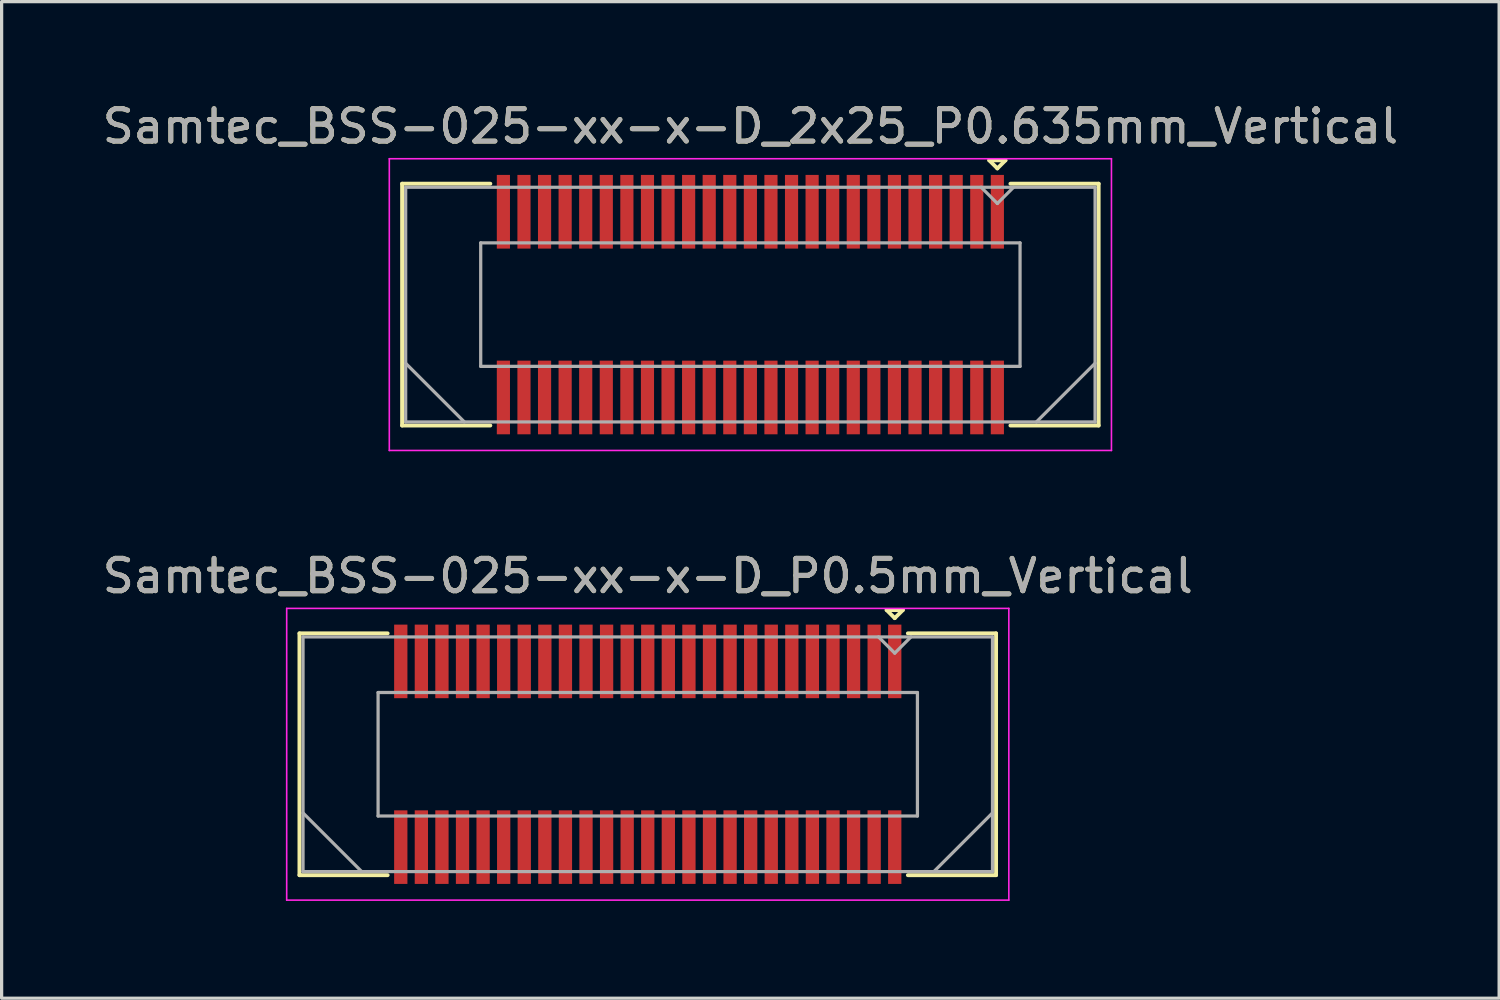
<source format=kicad_pcb>
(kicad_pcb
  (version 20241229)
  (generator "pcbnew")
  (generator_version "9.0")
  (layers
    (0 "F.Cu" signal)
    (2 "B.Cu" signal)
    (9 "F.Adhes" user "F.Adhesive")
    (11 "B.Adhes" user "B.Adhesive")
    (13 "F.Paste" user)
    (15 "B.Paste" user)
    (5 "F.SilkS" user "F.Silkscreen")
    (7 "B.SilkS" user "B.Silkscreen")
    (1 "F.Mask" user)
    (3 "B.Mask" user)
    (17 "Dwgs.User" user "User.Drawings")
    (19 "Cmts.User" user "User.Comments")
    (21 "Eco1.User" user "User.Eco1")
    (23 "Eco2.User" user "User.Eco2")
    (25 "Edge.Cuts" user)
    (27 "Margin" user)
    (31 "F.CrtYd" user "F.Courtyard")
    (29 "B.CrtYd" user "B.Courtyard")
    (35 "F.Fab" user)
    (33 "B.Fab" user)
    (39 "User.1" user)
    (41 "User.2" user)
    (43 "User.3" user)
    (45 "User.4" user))
  (footprint "Samtec_BSS-025-xx-x-D_P0.5mm_Vertical"
    (layer "F.Cu")
    (at 16.935 20.221)
    (property "Reference" "Samtec_BSS-025-xx-x-D_P0.5mm_Vertical" (at 0 -5.5 0) (layer "F.SilkS") (effects (font (size 1 1) (thickness 0.15))))
    (attr smd)
    (fp_line (start -10.746 -3.73) (end -8.025 -3.73) (stroke (width 0.12) (type solid)) (layer "F.SilkS"))
    (fp_line (start -10.746 3.73) (end -10.746 -3.73) (stroke (width 0.12) (type solid)) (layer "F.SilkS"))
    (fp_line (start -8.025 3.73) (end -10.746 3.73) (stroke (width 0.12) (type solid)) (layer "F.SilkS"))
    (fp_line (start 7.37 -4.45) (end 7.87 -4.45) (stroke (width 0.12) (type solid)) (layer "F.SilkS"))
    (fp_line (start 7.62 -4.2) (end 7.37 -4.45) (stroke (width 0.12) (type solid)) (layer "F.SilkS"))
    (fp_line (start 7.87 -4.45) (end 7.62 -4.2) (stroke (width 0.12) (type solid)) (layer "F.SilkS"))
    (fp_line (start 8.025 3.73) (end 10.746 3.73) (stroke (width 0.12) (type solid)) (layer "F.SilkS"))
    (fp_line (start 10.746 -3.73) (end 8.025 -3.73) (stroke (width 0.12) (type solid)) (layer "F.SilkS"))
    (fp_line (start 10.746 3.73) (end 10.746 -3.73) (stroke (width 0.12) (type solid)) (layer "F.SilkS"))
    (fp_line (start -11.14 -4.5) (end -11.14 4.5) (stroke (width 0.05) (type solid)) (layer "F.CrtYd"))
    (fp_line (start -11.14 4.5) (end 11.14 4.5) (stroke (width 0.05) (type solid)) (layer "F.CrtYd"))
    (fp_line (start 11.14 -4.5) (end -11.14 -4.5) (stroke (width 0.05) (type solid)) (layer "F.CrtYd"))
    (fp_line (start 11.14 4.5) (end 11.14 -4.5) (stroke (width 0.05) (type solid)) (layer "F.CrtYd"))
    (fp_line (start -10.636 -3.62) (end -10.636 3.62) (stroke (width 0.1) (type solid)) (layer "F.Fab"))
    (fp_line (start -10.636 1.81) (end -8.826 3.62) (stroke (width 0.1) (type solid)) (layer "F.Fab"))
    (fp_line (start -10.636 3.62) (end 10.636 3.62) (stroke (width 0.1) (type solid)) (layer "F.Fab"))
    (fp_line (start -8.32 -1.905) (end -8.32 1.905) (stroke (width 0.1) (type solid)) (layer "F.Fab"))
    (fp_line (start -8.32 1.905) (end 8.32 1.905) (stroke (width 0.1) (type solid)) (layer "F.Fab"))
    (fp_line (start 7.62 -3.12) (end 7.12 -3.62) (stroke (width 0.1) (type solid)) (layer "F.Fab"))
    (fp_line (start 8.12 -3.62) (end 7.62 -3.12) (stroke (width 0.1) (type solid)) (layer "F.Fab"))
    (fp_line (start 8.32 -1.905) (end -8.32 -1.905) (stroke (width 0.1) (type solid)) (layer "F.Fab"))
    (fp_line (start 8.32 1.905) (end 8.32 -1.905) (stroke (width 0.1) (type solid)) (layer "F.Fab"))
    (fp_line (start 10.636 -3.62) (end -10.636 -3.62) (stroke (width 0.1) (type solid)) (layer "F.Fab"))
    (fp_line (start 10.636 1.81) (end 8.826 3.62) (stroke (width 0.1) (type solid)) (layer "F.Fab"))
    (fp_line (start 10.636 3.62) (end 10.636 -3.62) (stroke (width 0.1) (type solid)) (layer "F.Fab"))
    (fp_text user "${REFERENCE}" (at 0 -5.5 0) (layer "F.Fab") (effects (font (size 1 1) (thickness 0.15))))
    (pad "1" smd rect (at 7.62 -2.865) (size 0.41 2.27) (layers "F.Cu" "F.Mask" "F.Paste"))
    (pad "2" smd rect (at 7.62 2.865) (size 0.41 2.27) (layers "F.Cu" "F.Mask" "F.Paste"))
    (pad "3" smd rect (at 6.985 -2.865) (size 0.41 2.27) (layers "F.Cu" "F.Mask" "F.Paste"))
    (pad "4" smd rect (at 6.985 2.865) (size 0.41 2.27) (layers "F.Cu" "F.Mask" "F.Paste"))
    (pad "5" smd rect (at 6.35 -2.865) (size 0.41 2.27) (layers "F.Cu" "F.Mask" "F.Paste"))
    (pad "6" smd rect (at 6.35 2.865) (size 0.41 2.27) (layers "F.Cu" "F.Mask" "F.Paste"))
    (pad "7" smd rect (at 5.715 -2.865) (size 0.41 2.27) (layers "F.Cu" "F.Mask" "F.Paste"))
    (pad "8" smd rect (at 5.715 2.865) (size 0.41 2.27) (layers "F.Cu" "F.Mask" "F.Paste"))
    (pad "9" smd rect (at 5.08 -2.865) (size 0.41 2.27) (layers "F.Cu" "F.Mask" "F.Paste"))
    (pad "10" smd rect (at 5.08 2.865) (size 0.41 2.27) (layers "F.Cu" "F.Mask" "F.Paste"))
    (pad "11" smd rect (at 4.445 -2.865) (size 0.41 2.27) (layers "F.Cu" "F.Mask" "F.Paste"))
    (pad "12" smd rect (at 4.445 2.865) (size 0.41 2.27) (layers "F.Cu" "F.Mask" "F.Paste"))
    (pad "13" smd rect (at 3.81 -2.865) (size 0.41 2.27) (layers "F.Cu" "F.Mask" "F.Paste"))
    (pad "14" smd rect (at 3.81 2.865) (size 0.41 2.27) (layers "F.Cu" "F.Mask" "F.Paste"))
    (pad "15" smd rect (at 3.175 -2.865) (size 0.41 2.27) (layers "F.Cu" "F.Mask" "F.Paste"))
    (pad "16" smd rect (at 3.175 2.865) (size 0.41 2.27) (layers "F.Cu" "F.Mask" "F.Paste"))
    (pad "17" smd rect (at 2.54 -2.865) (size 0.41 2.27) (layers "F.Cu" "F.Mask" "F.Paste"))
    (pad "18" smd rect (at 2.54 2.865) (size 0.41 2.27) (layers "F.Cu" "F.Mask" "F.Paste"))
    (pad "19" smd rect (at 1.905 -2.865) (size 0.41 2.27) (layers "F.Cu" "F.Mask" "F.Paste"))
    (pad "20" smd rect (at 1.905 2.865) (size 0.41 2.27) (layers "F.Cu" "F.Mask" "F.Paste"))
    (pad "21" smd rect (at 1.27 -2.865) (size 0.41 2.27) (layers "F.Cu" "F.Mask" "F.Paste"))
    (pad "22" smd rect (at 1.27 2.865) (size 0.41 2.27) (layers "F.Cu" "F.Mask" "F.Paste"))
    (pad "23" smd rect (at 0.635 -2.865) (size 0.41 2.27) (layers "F.Cu" "F.Mask" "F.Paste"))
    (pad "24" smd rect (at 0.635 2.865) (size 0.41 2.27) (layers "F.Cu" "F.Mask" "F.Paste"))
    (pad "25" smd rect (at 0 -2.865) (size 0.41 2.27) (layers "F.Cu" "F.Mask" "F.Paste"))
    (pad "26" smd rect (at 0 2.865) (size 0.41 2.27) (layers "F.Cu" "F.Mask" "F.Paste"))
    (pad "27" smd rect (at -0.635 -2.865) (size 0.41 2.27) (layers "F.Cu" "F.Mask" "F.Paste"))
    (pad "28" smd rect (at -0.635 2.865) (size 0.41 2.27) (layers "F.Cu" "F.Mask" "F.Paste"))
    (pad "29" smd rect (at -1.27 -2.865) (size 0.41 2.27) (layers "F.Cu" "F.Mask" "F.Paste"))
    (pad "30" smd rect (at -1.27 2.865) (size 0.41 2.27) (layers "F.Cu" "F.Mask" "F.Paste"))
    (pad "31" smd rect (at -1.905 -2.865) (size 0.41 2.27) (layers "F.Cu" "F.Mask" "F.Paste"))
    (pad "32" smd rect (at -1.905 2.865) (size 0.41 2.27) (layers "F.Cu" "F.Mask" "F.Paste"))
    (pad "33" smd rect (at -2.54 -2.865) (size 0.41 2.27) (layers "F.Cu" "F.Mask" "F.Paste"))
    (pad "34" smd rect (at -2.54 2.865) (size 0.41 2.27) (layers "F.Cu" "F.Mask" "F.Paste"))
    (pad "35" smd rect (at -3.175 -2.865) (size 0.41 2.27) (layers "F.Cu" "F.Mask" "F.Paste"))
    (pad "36" smd rect (at -3.175 2.865) (size 0.41 2.27) (layers "F.Cu" "F.Mask" "F.Paste"))
    (pad "37" smd rect (at -3.81 -2.865) (size 0.41 2.27) (layers "F.Cu" "F.Mask" "F.Paste"))
    (pad "38" smd rect (at -3.81 2.865) (size 0.41 2.27) (layers "F.Cu" "F.Mask" "F.Paste"))
    (pad "39" smd rect (at -4.445 -2.865) (size 0.41 2.27) (layers "F.Cu" "F.Mask" "F.Paste"))
    (pad "40" smd rect (at -4.445 2.865) (size 0.41 2.27) (layers "F.Cu" "F.Mask" "F.Paste"))
    (pad "41" smd rect (at -5.08 -2.865) (size 0.41 2.27) (layers "F.Cu" "F.Mask" "F.Paste"))
    (pad "42" smd rect (at -5.08 2.865) (size 0.41 2.27) (layers "F.Cu" "F.Mask" "F.Paste"))
    (pad "43" smd rect (at -5.715 -2.865) (size 0.41 2.27) (layers "F.Cu" "F.Mask" "F.Paste"))
    (pad "44" smd rect (at -5.715 2.865) (size 0.41 2.27) (layers "F.Cu" "F.Mask" "F.Paste"))
    (pad "45" smd rect (at -6.35 -2.865) (size 0.41 2.27) (layers "F.Cu" "F.Mask" "F.Paste"))
    (pad "46" smd rect (at -6.35 2.865) (size 0.41 2.27) (layers "F.Cu" "F.Mask" "F.Paste"))
    (pad "47" smd rect (at -6.985 -2.865) (size 0.41 2.27) (layers "F.Cu" "F.Mask" "F.Paste"))
    (pad "48" smd rect (at -6.985 2.865) (size 0.41 2.27) (layers "F.Cu" "F.Mask" "F.Paste"))
    (pad "49" smd rect (at -7.62 -2.865) (size 0.41 2.27) (layers "F.Cu" "F.Mask" "F.Paste"))
    (pad "50" smd rect (at -7.62 2.865) (size 0.41 2.27) (layers "F.Cu" "F.Mask" "F.Paste")))
  (footprint "Samtec_BSS-025-xx-x-D_2x25_P0.635mm_Vertical"
    (layer "F.Cu")
    (at 20.101 6.348)
    (property "Reference" "Samtec_BSS-025-xx-x-D_2x25_P0.635mm_Vertical" (at 0 -5.5 0) (layer "F.SilkS") (effects (font (size 1 1) (thickness 0.15))))
    (attr smd)
    (fp_line (start -10.745 -3.73) (end -8.023 -3.73) (stroke (width 0.12) (type solid)) (layer "F.SilkS"))
    (fp_line (start -10.745 3.73) (end -10.745 -3.73) (stroke (width 0.12) (type solid)) (layer "F.SilkS"))
    (fp_line (start -8.023 3.73) (end -10.745 3.73) (stroke (width 0.12) (type solid)) (layer "F.SilkS"))
    (fp_line (start 7.37 -4.452) (end 7.87 -4.452) (stroke (width 0.12) (type solid)) (layer "F.SilkS"))
    (fp_line (start 7.62 -4.202) (end 7.37 -4.452) (stroke (width 0.12) (type solid)) (layer "F.SilkS"))
    (fp_line (start 7.87 -4.452) (end 7.62 -4.202) (stroke (width 0.12) (type solid)) (layer "F.SilkS"))
    (fp_line (start 8.023 3.73) (end 10.745 3.73) (stroke (width 0.12) (type solid)) (layer "F.SilkS"))
    (fp_line (start 10.745 -3.73) (end 8.023 -3.73) (stroke (width 0.12) (type solid)) (layer "F.SilkS"))
    (fp_line (start 10.745 3.73) (end 10.745 -3.73) (stroke (width 0.12) (type solid)) (layer "F.SilkS"))
    (fp_line (start -11.14 -4.5) (end -11.14 4.5) (stroke (width 0.05) (type solid)) (layer "F.CrtYd"))
    (fp_line (start -11.14 4.5) (end 11.14 4.5) (stroke (width 0.05) (type solid)) (layer "F.CrtYd"))
    (fp_line (start 11.14 -4.5) (end -11.14 -4.5) (stroke (width 0.05) (type solid)) (layer "F.CrtYd"))
    (fp_line (start 11.14 4.5) (end 11.14 -4.5) (stroke (width 0.05) (type solid)) (layer "F.CrtYd"))
    (fp_line (start -10.635 -3.62) (end -10.635 3.62) (stroke (width 0.1) (type solid)) (layer "F.Fab"))
    (fp_line (start -10.635 1.81) (end -8.825 3.62) (stroke (width 0.1) (type solid)) (layer "F.Fab"))
    (fp_line (start -10.635 3.62) (end 10.635 3.62) (stroke (width 0.1) (type solid)) (layer "F.Fab"))
    (fp_line (start -8.32 -1.905) (end -8.32 1.905) (stroke (width 0.1) (type solid)) (layer "F.Fab"))
    (fp_line (start -8.32 1.905) (end 8.32 1.905) (stroke (width 0.1) (type solid)) (layer "F.Fab"))
    (fp_line (start 7.62 -3.12) (end 7.12 -3.62) (stroke (width 0.1) (type solid)) (layer "F.Fab"))
    (fp_line (start 8.12 -3.62) (end 7.62 -3.12) (stroke (width 0.1) (type solid)) (layer "F.Fab"))
    (fp_line (start 8.32 -1.905) (end -8.32 -1.905) (stroke (width 0.1) (type solid)) (layer "F.Fab"))
    (fp_line (start 8.32 1.905) (end 8.32 -1.905) (stroke (width 0.1) (type solid)) (layer "F.Fab"))
    (fp_line (start 10.635 -3.62) (end -10.635 -3.62) (stroke (width 0.1) (type solid)) (layer "F.Fab"))
    (fp_line (start 10.635 1.81) (end 8.825 3.62) (stroke (width 0.1) (type solid)) (layer "F.Fab"))
    (fp_line (start 10.635 3.62) (end 10.635 -3.62) (stroke (width 0.1) (type solid)) (layer "F.Fab"))
    (fp_text user "${REFERENCE}" (at 0 -5.5 0) (layer "F.Fab") (effects (font (size 1 1) (thickness 0.15))))
    (pad "1" smd rect (at 7.62 -2.865) (size 0.406 2.273) (layers "F.Cu" "F.Mask" "F.Paste"))
    (pad "2" smd rect (at 7.62 2.865) (size 0.406 2.273) (layers "F.Cu" "F.Mask" "F.Paste"))
    (pad "3" smd rect (at 6.985 -2.865) (size 0.406 2.273) (layers "F.Cu" "F.Mask" "F.Paste"))
    (pad "4" smd rect (at 6.985 2.865) (size 0.406 2.273) (layers "F.Cu" "F.Mask" "F.Paste"))
    (pad "5" smd rect (at 6.35 -2.865) (size 0.406 2.273) (layers "F.Cu" "F.Mask" "F.Paste"))
    (pad "6" smd rect (at 6.35 2.865) (size 0.406 2.273) (layers "F.Cu" "F.Mask" "F.Paste"))
    (pad "7" smd rect (at 5.715 -2.865) (size 0.406 2.273) (layers "F.Cu" "F.Mask" "F.Paste"))
    (pad "8" smd rect (at 5.715 2.865) (size 0.406 2.273) (layers "F.Cu" "F.Mask" "F.Paste"))
    (pad "9" smd rect (at 5.08 -2.865) (size 0.406 2.273) (layers "F.Cu" "F.Mask" "F.Paste"))
    (pad "10" smd rect (at 5.08 2.865) (size 0.406 2.273) (layers "F.Cu" "F.Mask" "F.Paste"))
    (pad "11" smd rect (at 4.445 -2.865) (size 0.406 2.273) (layers "F.Cu" "F.Mask" "F.Paste"))
    (pad "12" smd rect (at 4.445 2.865) (size 0.406 2.273) (layers "F.Cu" "F.Mask" "F.Paste"))
    (pad "13" smd rect (at 3.81 -2.865) (size 0.406 2.273) (layers "F.Cu" "F.Mask" "F.Paste"))
    (pad "14" smd rect (at 3.81 2.865) (size 0.406 2.273) (layers "F.Cu" "F.Mask" "F.Paste"))
    (pad "15" smd rect (at 3.175 -2.865) (size 0.406 2.273) (layers "F.Cu" "F.Mask" "F.Paste"))
    (pad "16" smd rect (at 3.175 2.865) (size 0.406 2.273) (layers "F.Cu" "F.Mask" "F.Paste"))
    (pad "17" smd rect (at 2.54 -2.865) (size 0.406 2.273) (layers "F.Cu" "F.Mask" "F.Paste"))
    (pad "18" smd rect (at 2.54 2.865) (size 0.406 2.273) (layers "F.Cu" "F.Mask" "F.Paste"))
    (pad "19" smd rect (at 1.905 -2.865) (size 0.406 2.273) (layers "F.Cu" "F.Mask" "F.Paste"))
    (pad "20" smd rect (at 1.905 2.865) (size 0.406 2.273) (layers "F.Cu" "F.Mask" "F.Paste"))
    (pad "21" smd rect (at 1.27 -2.865) (size 0.406 2.273) (layers "F.Cu" "F.Mask" "F.Paste"))
    (pad "22" smd rect (at 1.27 2.865) (size 0.406 2.273) (layers "F.Cu" "F.Mask" "F.Paste"))
    (pad "23" smd rect (at 0.635 -2.865) (size 0.406 2.273) (layers "F.Cu" "F.Mask" "F.Paste"))
    (pad "24" smd rect (at 0.635 2.865) (size 0.406 2.273) (layers "F.Cu" "F.Mask" "F.Paste"))
    (pad "25" smd rect (at 0 -2.865) (size 0.406 2.273) (layers "F.Cu" "F.Mask" "F.Paste"))
    (pad "26" smd rect (at 0 2.865) (size 0.406 2.273) (layers "F.Cu" "F.Mask" "F.Paste"))
    (pad "27" smd rect (at -0.635 -2.865) (size 0.406 2.273) (layers "F.Cu" "F.Mask" "F.Paste"))
    (pad "28" smd rect (at -0.635 2.865) (size 0.406 2.273) (layers "F.Cu" "F.Mask" "F.Paste"))
    (pad "29" smd rect (at -1.27 -2.865) (size 0.406 2.273) (layers "F.Cu" "F.Mask" "F.Paste"))
    (pad "30" smd rect (at -1.27 2.865) (size 0.406 2.273) (layers "F.Cu" "F.Mask" "F.Paste"))
    (pad "31" smd rect (at -1.905 -2.865) (size 0.406 2.273) (layers "F.Cu" "F.Mask" "F.Paste"))
    (pad "32" smd rect (at -1.905 2.865) (size 0.406 2.273) (layers "F.Cu" "F.Mask" "F.Paste"))
    (pad "33" smd rect (at -2.54 -2.865) (size 0.406 2.273) (layers "F.Cu" "F.Mask" "F.Paste"))
    (pad "34" smd rect (at -2.54 2.865) (size 0.406 2.273) (layers "F.Cu" "F.Mask" "F.Paste"))
    (pad "35" smd rect (at -3.175 -2.865) (size 0.406 2.273) (layers "F.Cu" "F.Mask" "F.Paste"))
    (pad "36" smd rect (at -3.175 2.865) (size 0.406 2.273) (layers "F.Cu" "F.Mask" "F.Paste"))
    (pad "37" smd rect (at -3.81 -2.865) (size 0.406 2.273) (layers "F.Cu" "F.Mask" "F.Paste"))
    (pad "38" smd rect (at -3.81 2.865) (size 0.406 2.273) (layers "F.Cu" "F.Mask" "F.Paste"))
    (pad "39" smd rect (at -4.445 -2.865) (size 0.406 2.273) (layers "F.Cu" "F.Mask" "F.Paste"))
    (pad "40" smd rect (at -4.445 2.865) (size 0.406 2.273) (layers "F.Cu" "F.Mask" "F.Paste"))
    (pad "41" smd rect (at -5.08 -2.865) (size 0.406 2.273) (layers "F.Cu" "F.Mask" "F.Paste"))
    (pad "42" smd rect (at -5.08 2.865) (size 0.406 2.273) (layers "F.Cu" "F.Mask" "F.Paste"))
    (pad "43" smd rect (at -5.715 -2.865) (size 0.406 2.273) (layers "F.Cu" "F.Mask" "F.Paste"))
    (pad "44" smd rect (at -5.715 2.865) (size 0.406 2.273) (layers "F.Cu" "F.Mask" "F.Paste"))
    (pad "45" smd rect (at -6.35 -2.865) (size 0.406 2.273) (layers "F.Cu" "F.Mask" "F.Paste"))
    (pad "46" smd rect (at -6.35 2.865) (size 0.406 2.273) (layers "F.Cu" "F.Mask" "F.Paste"))
    (pad "47" smd rect (at -6.985 -2.865) (size 0.406 2.273) (layers "F.Cu" "F.Mask" "F.Paste"))
    (pad "48" smd rect (at -6.985 2.865) (size 0.406 2.273) (layers "F.Cu" "F.Mask" "F.Paste"))
    (pad "49" smd rect (at -7.62 -2.865) (size 0.406 2.273) (layers "F.Cu" "F.Mask" "F.Paste"))
    (pad "50" smd rect (at -7.62 2.865) (size 0.406 2.273) (layers "F.Cu" "F.Mask" "F.Paste")))
  (gr_rect
    (start -3 -3)
    (end 43.202 27.747)
    (stroke (width 0.1) (type default))
    (fill no)
    (layer "Edge.Cuts")))
</source>
